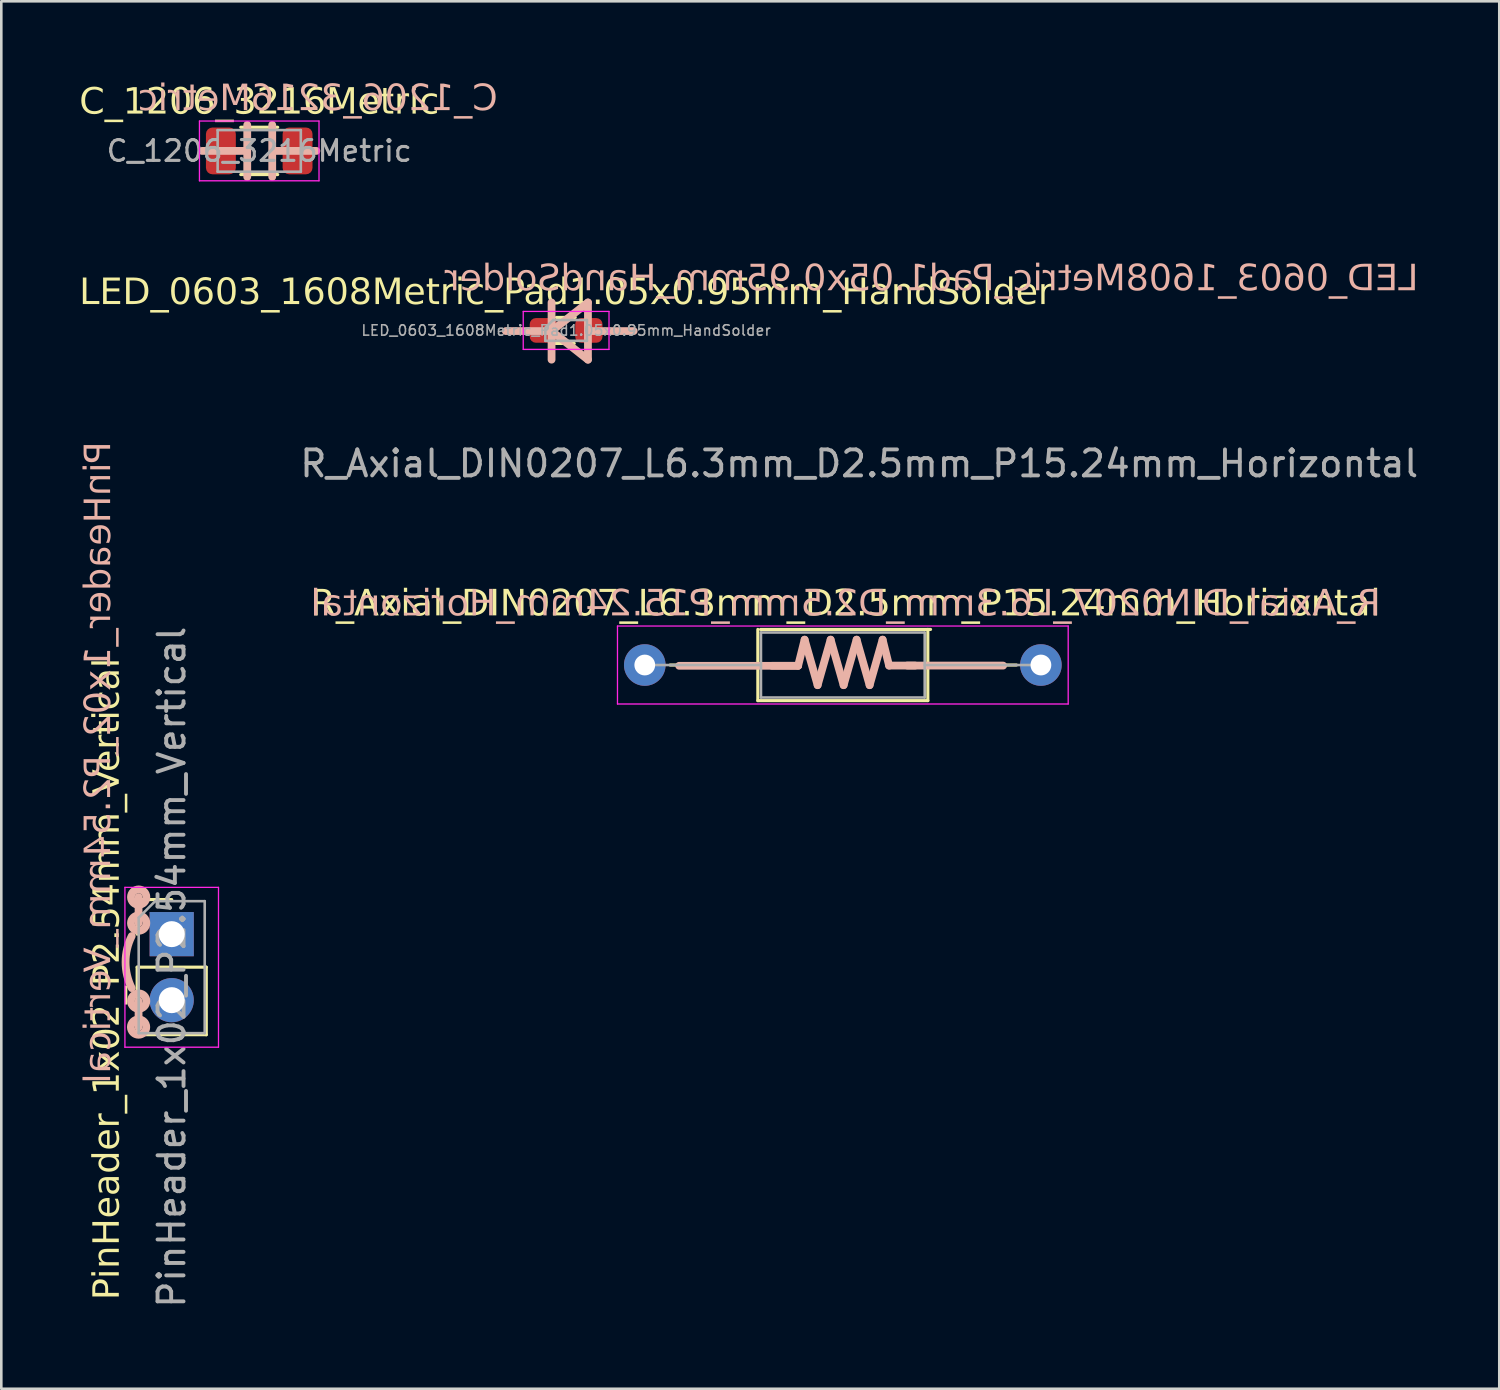
<source format=kicad_pcb>
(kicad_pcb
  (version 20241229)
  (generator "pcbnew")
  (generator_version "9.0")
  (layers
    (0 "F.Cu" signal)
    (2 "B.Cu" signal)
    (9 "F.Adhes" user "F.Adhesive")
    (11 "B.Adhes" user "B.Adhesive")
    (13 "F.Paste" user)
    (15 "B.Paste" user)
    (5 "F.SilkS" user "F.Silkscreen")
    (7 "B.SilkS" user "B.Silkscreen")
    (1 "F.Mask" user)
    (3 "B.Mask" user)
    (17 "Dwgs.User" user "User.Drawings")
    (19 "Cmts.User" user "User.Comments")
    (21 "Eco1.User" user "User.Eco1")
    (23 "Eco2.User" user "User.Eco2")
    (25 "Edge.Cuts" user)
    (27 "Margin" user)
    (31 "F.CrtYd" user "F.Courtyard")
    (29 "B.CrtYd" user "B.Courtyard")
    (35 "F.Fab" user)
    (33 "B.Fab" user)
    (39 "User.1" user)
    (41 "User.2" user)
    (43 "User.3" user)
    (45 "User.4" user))
  (footprint "R_Axial_DIN0207_L6.3mm_D2.5mm_P15.24mm_Horizontal"
    (layer "F.Cu")
    (at 21.756 22.535)
    (property "Reference" "R_Axial_DIN0207_L6.3mm_D2.5mm_P15.24mm_Horizontal" (at 7.725 -2.325 0) (layer "F.SilkS") (effects (font (face "Open Sans") (size 1 1) (thickness 0.15))))
    (attr through_hole)
    (fp_line (start 0.975 0) (end 4.35 0) (stroke (width 0.12) (type solid)) (layer "F.SilkS"))
    (fp_line (start 4.35 -1.37) (end 4.35 1.37) (stroke (width 0.12) (type solid)) (layer "F.SilkS"))
    (fp_line (start 4.35 1.37) (end 10.89 1.37) (stroke (width 0.12) (type solid)) (layer "F.SilkS"))
    (fp_line (start 10.89 1.37) (end 10.89 -1.37) (stroke (width 0.12) (type solid)) (layer "F.SilkS"))
    (fp_line (start 10.995 -1.37) (end 4.455 -1.37) (stroke (width 0.12) (type solid)) (layer "F.SilkS"))
    (fp_line (start 14.3 0) (end 10.89 0) (stroke (width 0.12) (type solid)) (layer "F.SilkS"))
    (fp_line (start 1.323 0.03) (end 5.897 0.03) (stroke (width 0.3) (type default)) (layer "B.SilkS"))
    (fp_line (start 5.9 0.03) (end 4.9 0.03) (stroke (width 0.3) (type default)) (layer "B.SilkS"))
    (fp_line (start 6.15 -0.975) (end 5.9 0.025) (stroke (width 0.3) (type default)) (layer "B.SilkS"))
    (fp_line (start 6.65 0.775) (end 6.15 -0.975) (stroke (width 0.3) (type default)) (layer "B.SilkS"))
    (fp_line (start 7.15 -0.975) (end 6.65 0.775) (stroke (width 0.3) (type default)) (layer "B.SilkS"))
    (fp_line (start 7.65 0.775) (end 7.15 -0.975) (stroke (width 0.3) (type default)) (layer "B.SilkS"))
    (fp_line (start 8.15 -0.975) (end 7.65 0.775) (stroke (width 0.3) (type default)) (layer "B.SilkS"))
    (fp_line (start 8.65 0.775) (end 8.15 -0.975) (stroke (width 0.3) (type default)) (layer "B.SilkS"))
    (fp_line (start 9.15 -0.975) (end 8.65 0.775) (stroke (width 0.3) (type default)) (layer "B.SilkS"))
    (fp_line (start 9.4 0.025) (end 9.15 -0.975) (stroke (width 0.3) (type default)) (layer "B.SilkS"))
    (fp_line (start 10.1 0.02) (end 13.788 0.022) (stroke (width 0.3) (type default)) (layer "B.SilkS"))
    (fp_line (start 10.4 0.021) (end 9.4 0.021) (stroke (width 0.3) (type default)) (layer "B.SilkS"))
    (fp_line (start -1.05 -1.5) (end -1.05 1.5) (stroke (width 0.05) (type solid)) (layer "F.CrtYd"))
    (fp_line (start -1.05 1.5) (end 16.29 1.5) (stroke (width 0.05) (type solid)) (layer "F.CrtYd"))
    (fp_line (start 16.29 -1.5) (end -1.05 -1.5) (stroke (width 0.05) (type solid)) (layer "F.CrtYd"))
    (fp_line (start 16.29 1.5) (end 16.29 -1.5) (stroke (width 0.05) (type solid)) (layer "F.CrtYd"))
    (fp_line (start 0 0) (end 4.47 0) (stroke (width 0.1) (type solid)) (layer "F.Fab"))
    (fp_line (start 4.47 -1.25) (end 4.47 1.25) (stroke (width 0.1) (type solid)) (layer "F.Fab"))
    (fp_line (start 4.47 1.25) (end 10.77 1.25) (stroke (width 0.1) (type solid)) (layer "F.Fab"))
    (fp_line (start 10.77 -1.25) (end 4.47 -1.25) (stroke (width 0.1) (type solid)) (layer "F.Fab"))
    (fp_line (start 10.77 1.25) (end 10.77 -1.25) (stroke (width 0.1) (type solid)) (layer "F.Fab"))
    (fp_line (start 15.24 0) (end 10.77 0) (stroke (width 0.1) (type solid)) (layer "F.Fab"))
    (fp_text user "${REFERENCE}" (at 7.725 -2.325 0) (layer "B.SilkS") (effects (font (face "Open Sans") (size 1 1) (thickness 0.15)) (justify mirror)))
    (fp_text user "${REFERENCE}" (at 8.25 -7.75 0) (layer "F.Fab") (effects (font (size 1 1) (thickness 0.15))))
    (pad "1" thru_hole circle (at 0 0) (size 1.6 1.6) (drill 0.8) (layers "*.Cu" "*.Mask"))
    (pad "2" thru_hole oval (at 15.24 0) (size 1.6 1.6) (drill 0.8) (layers "*.Cu" "*.Mask")))
  (footprint "PinHeader_1x02_P2.54mm_Vertical"
    (layer "F.Cu")
    (at 3.556 32.889)
    (property "Reference" "PinHeader_1x02_P2.54mm_Vertical" (at -2.45 1.725 270) (layer "F.SilkS") (effects (font (face "Open Sans") (size 1 1) (thickness 0.15))))
    (attr through_hole)
    (fp_line (start -1.33 -1.33) (end 0 -1.33) (stroke (width 0.12) (type solid)) (layer "F.SilkS"))
    (fp_line (start -1.33 0) (end -1.33 -1.33) (stroke (width 0.12) (type solid)) (layer "F.SilkS"))
    (fp_line (start -1.33 1.27) (end -1.33 3.87) (stroke (width 0.12) (type solid)) (layer "F.SilkS"))
    (fp_line (start -1.33 1.27) (end 1.33 1.27) (stroke (width 0.12) (type solid)) (layer "F.SilkS"))
    (fp_line (start -1.33 3.87) (end 1.33 3.87) (stroke (width 0.12) (type solid)) (layer "F.SilkS"))
    (fp_line (start 1.33 1.27) (end 1.33 3.87) (stroke (width 0.12) (type solid)) (layer "F.SilkS"))
    (fp_line (start -1.275 -0.425) (end -1.275 -1.425) (stroke (width 0.3) (type default)) (layer "B.SilkS"))
    (fp_line (start -1.275 2.575) (end -1.275 3.575) (stroke (width 0.3) (type default)) (layer "B.SilkS"))
    (fp_arc (start -1.538936 2.075) (mid -1.775 1.075) (end -1.538936 0.075) (stroke (width 0.3) (type default)) (layer "B.SilkS"))
    (fp_circle (center -1.275 3.575) (end -1.129 3.575) (stroke (width 0.3) (type default)) (fill no) (layer "B.SilkS"))
    (fp_circle (center -1.271 -1.425) (end -1.125 -1.425) (stroke (width 0.3) (type default)) (fill no) (layer "B.SilkS"))
    (fp_circle (center -1.271 -0.425) (end -1.125 -0.425) (stroke (width 0.3) (type default)) (fill no) (layer "B.SilkS"))
    (fp_circle (center -1.271 2.575) (end -1.125 2.575) (stroke (width 0.3) (type default)) (fill no) (layer "B.SilkS"))
    (fp_line (start -1.8 -1.8) (end -1.8 4.35) (stroke (width 0.05) (type solid)) (layer "F.CrtYd"))
    (fp_line (start -1.8 4.35) (end 1.8 4.35) (stroke (width 0.05) (type solid)) (layer "F.CrtYd"))
    (fp_line (start 1.8 -1.8) (end -1.8 -1.8) (stroke (width 0.05) (type solid)) (layer "F.CrtYd"))
    (fp_line (start 1.8 4.35) (end 1.8 -1.8) (stroke (width 0.05) (type solid)) (layer "F.CrtYd"))
    (fp_line (start -1.27 -0.635) (end -0.635 -1.27) (stroke (width 0.1) (type solid)) (layer "F.Fab"))
    (fp_line (start -1.27 3.81) (end -1.27 -0.635) (stroke (width 0.1) (type solid)) (layer "F.Fab"))
    (fp_line (start -0.635 -1.27) (end 1.27 -1.27) (stroke (width 0.1) (type solid)) (layer "F.Fab"))
    (fp_line (start 1.27 -1.27) (end 1.27 3.81) (stroke (width 0.1) (type solid)) (layer "F.Fab"))
    (fp_line (start 1.27 3.81) (end -1.27 3.81) (stroke (width 0.1) (type solid)) (layer "F.Fab"))
    (fp_text user "${REFERENCE}" (at -2.2 5.75 90) (unlocked yes) (layer "B.SilkS") (effects (font (face "Open Sans") (size 1 1) (thickness 0.1)) (justify right bottom mirror)))
    (fp_text user "${REFERENCE}" (at 0 1.27 90) (layer "F.Fab") (effects (font (size 1 1) (thickness 0.15))))
    (pad "1" thru_hole rect (at 0 0) (size 1.7 1.7) (drill 1) (layers "*.Cu" "*.Mask"))
    (pad "2" thru_hole oval (at 0 2.54) (size 1.7 1.7) (drill 1) (layers "*.Cu" "*.Mask")))
  (footprint "C_1206_3216Metric"
    (layer "F.Cu")
    (at 6.923 2.756)
    (property "Reference" "C_1206_3216Metric" (at 0 -1.85 0) (layer "F.SilkS") (effects (font (face "Open Sans") (size 1 1) (thickness 0.15))))
    (attr smd)
    (fp_line (start -0.711 -0.91) (end 0.711 -0.91) (stroke (width 0.12) (type solid)) (layer "F.SilkS"))
    (fp_line (start -0.711 0.91) (end 0.711 0.91) (stroke (width 0.12) (type solid)) (layer "F.SilkS"))
    (fp_line (start -2.2 0) (end -0.461 0) (stroke (width 0.3) (type default)) (layer "B.SilkS"))
    (fp_line (start -0.461 -1) (end -0.461 1) (stroke (width 0.3) (type default)) (layer "B.SilkS"))
    (fp_line (start 0.5 -1) (end 0.5 1) (stroke (width 0.3) (type default)) (layer "B.SilkS"))
    (fp_line (start 0.6 0) (end 2.2 0) (stroke (width 0.3) (type default)) (layer "B.SilkS"))
    (fp_line (start -2.3 -1.15) (end 2.3 -1.15) (stroke (width 0.05) (type solid)) (layer "F.CrtYd"))
    (fp_line (start -2.3 1.15) (end -2.3 -1.15) (stroke (width 0.05) (type solid)) (layer "F.CrtYd"))
    (fp_line (start 2.3 -1.15) (end 2.3 1.15) (stroke (width 0.05) (type solid)) (layer "F.CrtYd"))
    (fp_line (start 2.3 1.15) (end -2.3 1.15) (stroke (width 0.05) (type solid)) (layer "F.CrtYd"))
    (fp_line (start -1.6 -0.8) (end 1.6 -0.8) (stroke (width 0.1) (type solid)) (layer "F.Fab"))
    (fp_line (start -1.6 0.8) (end -1.6 -0.8) (stroke (width 0.1) (type solid)) (layer "F.Fab"))
    (fp_line (start 1.6 -0.8) (end 1.6 0.8) (stroke (width 0.1) (type solid)) (layer "F.Fab"))
    (fp_line (start 1.6 0.8) (end -1.6 0.8) (stroke (width 0.1) (type solid)) (layer "F.Fab"))
    (fp_text user "${REFERENCE}" (at -4.672 -1.4 0) (unlocked yes) (layer "B.SilkS") (effects (font (face "Open Sans") (size 1 1) (thickness 0.1)) (justify right bottom mirror)))
    (fp_text user "${REFERENCE}" (at 0 0 0) (layer "F.Fab") (effects (font (size 0.8 0.8) (thickness 0.12))))
    (pad "1" smd roundrect (at -1.475 0) (size 1.15 1.8) (layers "F.Cu" "F.Mask" "F.Paste") (roundrect_rratio 0.217))
    (pad "2" smd roundrect (at 1.475 0) (size 1.15 1.8) (layers "F.Cu" "F.Mask" "F.Paste") (roundrect_rratio 0.217)))
  (footprint "LED_0603_1608Metric_Pad1.05x0.95mm_HandSolder"
    (layer "F.Cu")
    (at 18.73 9.662)
    (property "Reference" "LED_0603_1608Metric_Pad1.05x0.95mm_HandSolder" (at 0 -1.43 0) (layer "F.SilkS") (effects (font (face "Open Sans") (size 1 1) (thickness 0.15))))
    (attr smd)
    (fp_line (start 0.312 0.5) (end -0.412 0.5) (stroke (width 0.12) (type solid)) (layer "F.SilkS"))
    (fp_line (start 0.35 -0.5) (end -0.375 -0.5) (stroke (width 0.12) (type solid)) (layer "F.SilkS"))
    (fp_line (start -0.56 -1.075) (end -0.56 1.125) (stroke (width 0.3) (type default)) (layer "B.SilkS"))
    (fp_line (start -0.56 0.025) (end -2.32 0.025) (stroke (width 0.3) (type default)) (layer "B.SilkS"))
    (fp_line (start -0.56 0.025) (end 0.84 -1.075) (stroke (width 0.3) (type default)) (layer "B.SilkS"))
    (fp_line (start 0.84 -1.075) (end 0.84 1.125) (stroke (width 0.3) (type default)) (layer "B.SilkS"))
    (fp_line (start 0.84 1.125) (end -0.56 0.025) (stroke (width 0.3) (type default)) (layer "B.SilkS"))
    (fp_line (start 2.6 0.025) (end 0.84 0.025) (stroke (width 0.3) (type default)) (layer "B.SilkS"))
    (fp_line (start -1.65 -0.73) (end 1.65 -0.73) (stroke (width 0.05) (type solid)) (layer "F.CrtYd"))
    (fp_line (start -1.65 0.73) (end -1.65 -0.73) (stroke (width 0.05) (type solid)) (layer "F.CrtYd"))
    (fp_line (start 1.65 -0.73) (end 1.65 0.73) (stroke (width 0.05) (type solid)) (layer "F.CrtYd"))
    (fp_line (start 1.65 0.73) (end -1.65 0.73) (stroke (width 0.05) (type solid)) (layer "F.CrtYd"))
    (fp_line (start -0.8 -0.1) (end -0.8 0.4) (stroke (width 0.1) (type solid)) (layer "F.Fab"))
    (fp_line (start -0.8 0.4) (end 0.8 0.4) (stroke (width 0.1) (type solid)) (layer "F.Fab"))
    (fp_line (start -0.5 -0.4) (end -0.8 -0.1) (stroke (width 0.1) (type solid)) (layer "F.Fab"))
    (fp_line (start 0.8 -0.4) (end -0.5 -0.4) (stroke (width 0.1) (type solid)) (layer "F.Fab"))
    (fp_line (start 0.8 0.4) (end 0.8 -0.4) (stroke (width 0.1) (type solid)) (layer "F.Fab"))
    (fp_text user "${REFERENCE}" (at -4.672 -1.375 0) (unlocked yes) (layer "B.SilkS") (effects (font (face "Open Sans") (size 1 1) (thickness 0.1)) (justify right bottom mirror)))
    (fp_text user "${REFERENCE}" (at 0 0 0) (layer "F.Fab") (effects (font (size 0.4 0.4) (thickness 0.06))))
    (pad "1" smd roundrect (at -0.875 0) (size 1.05 0.95) (layers "F.Cu" "F.Mask" "F.Paste") (roundrect_rratio 0.25))
    (pad "2" smd roundrect (at 0.875 0) (size 1.05 0.95) (layers "F.Cu" "F.Mask" "F.Paste") (roundrect_rratio 0.25)))
  (gr_rect
    (start -3 -3)
    (end 54.631 50.38)
    (stroke (width 0.1) (type default))
    (fill no)
    (layer "Edge.Cuts")))
</source>
